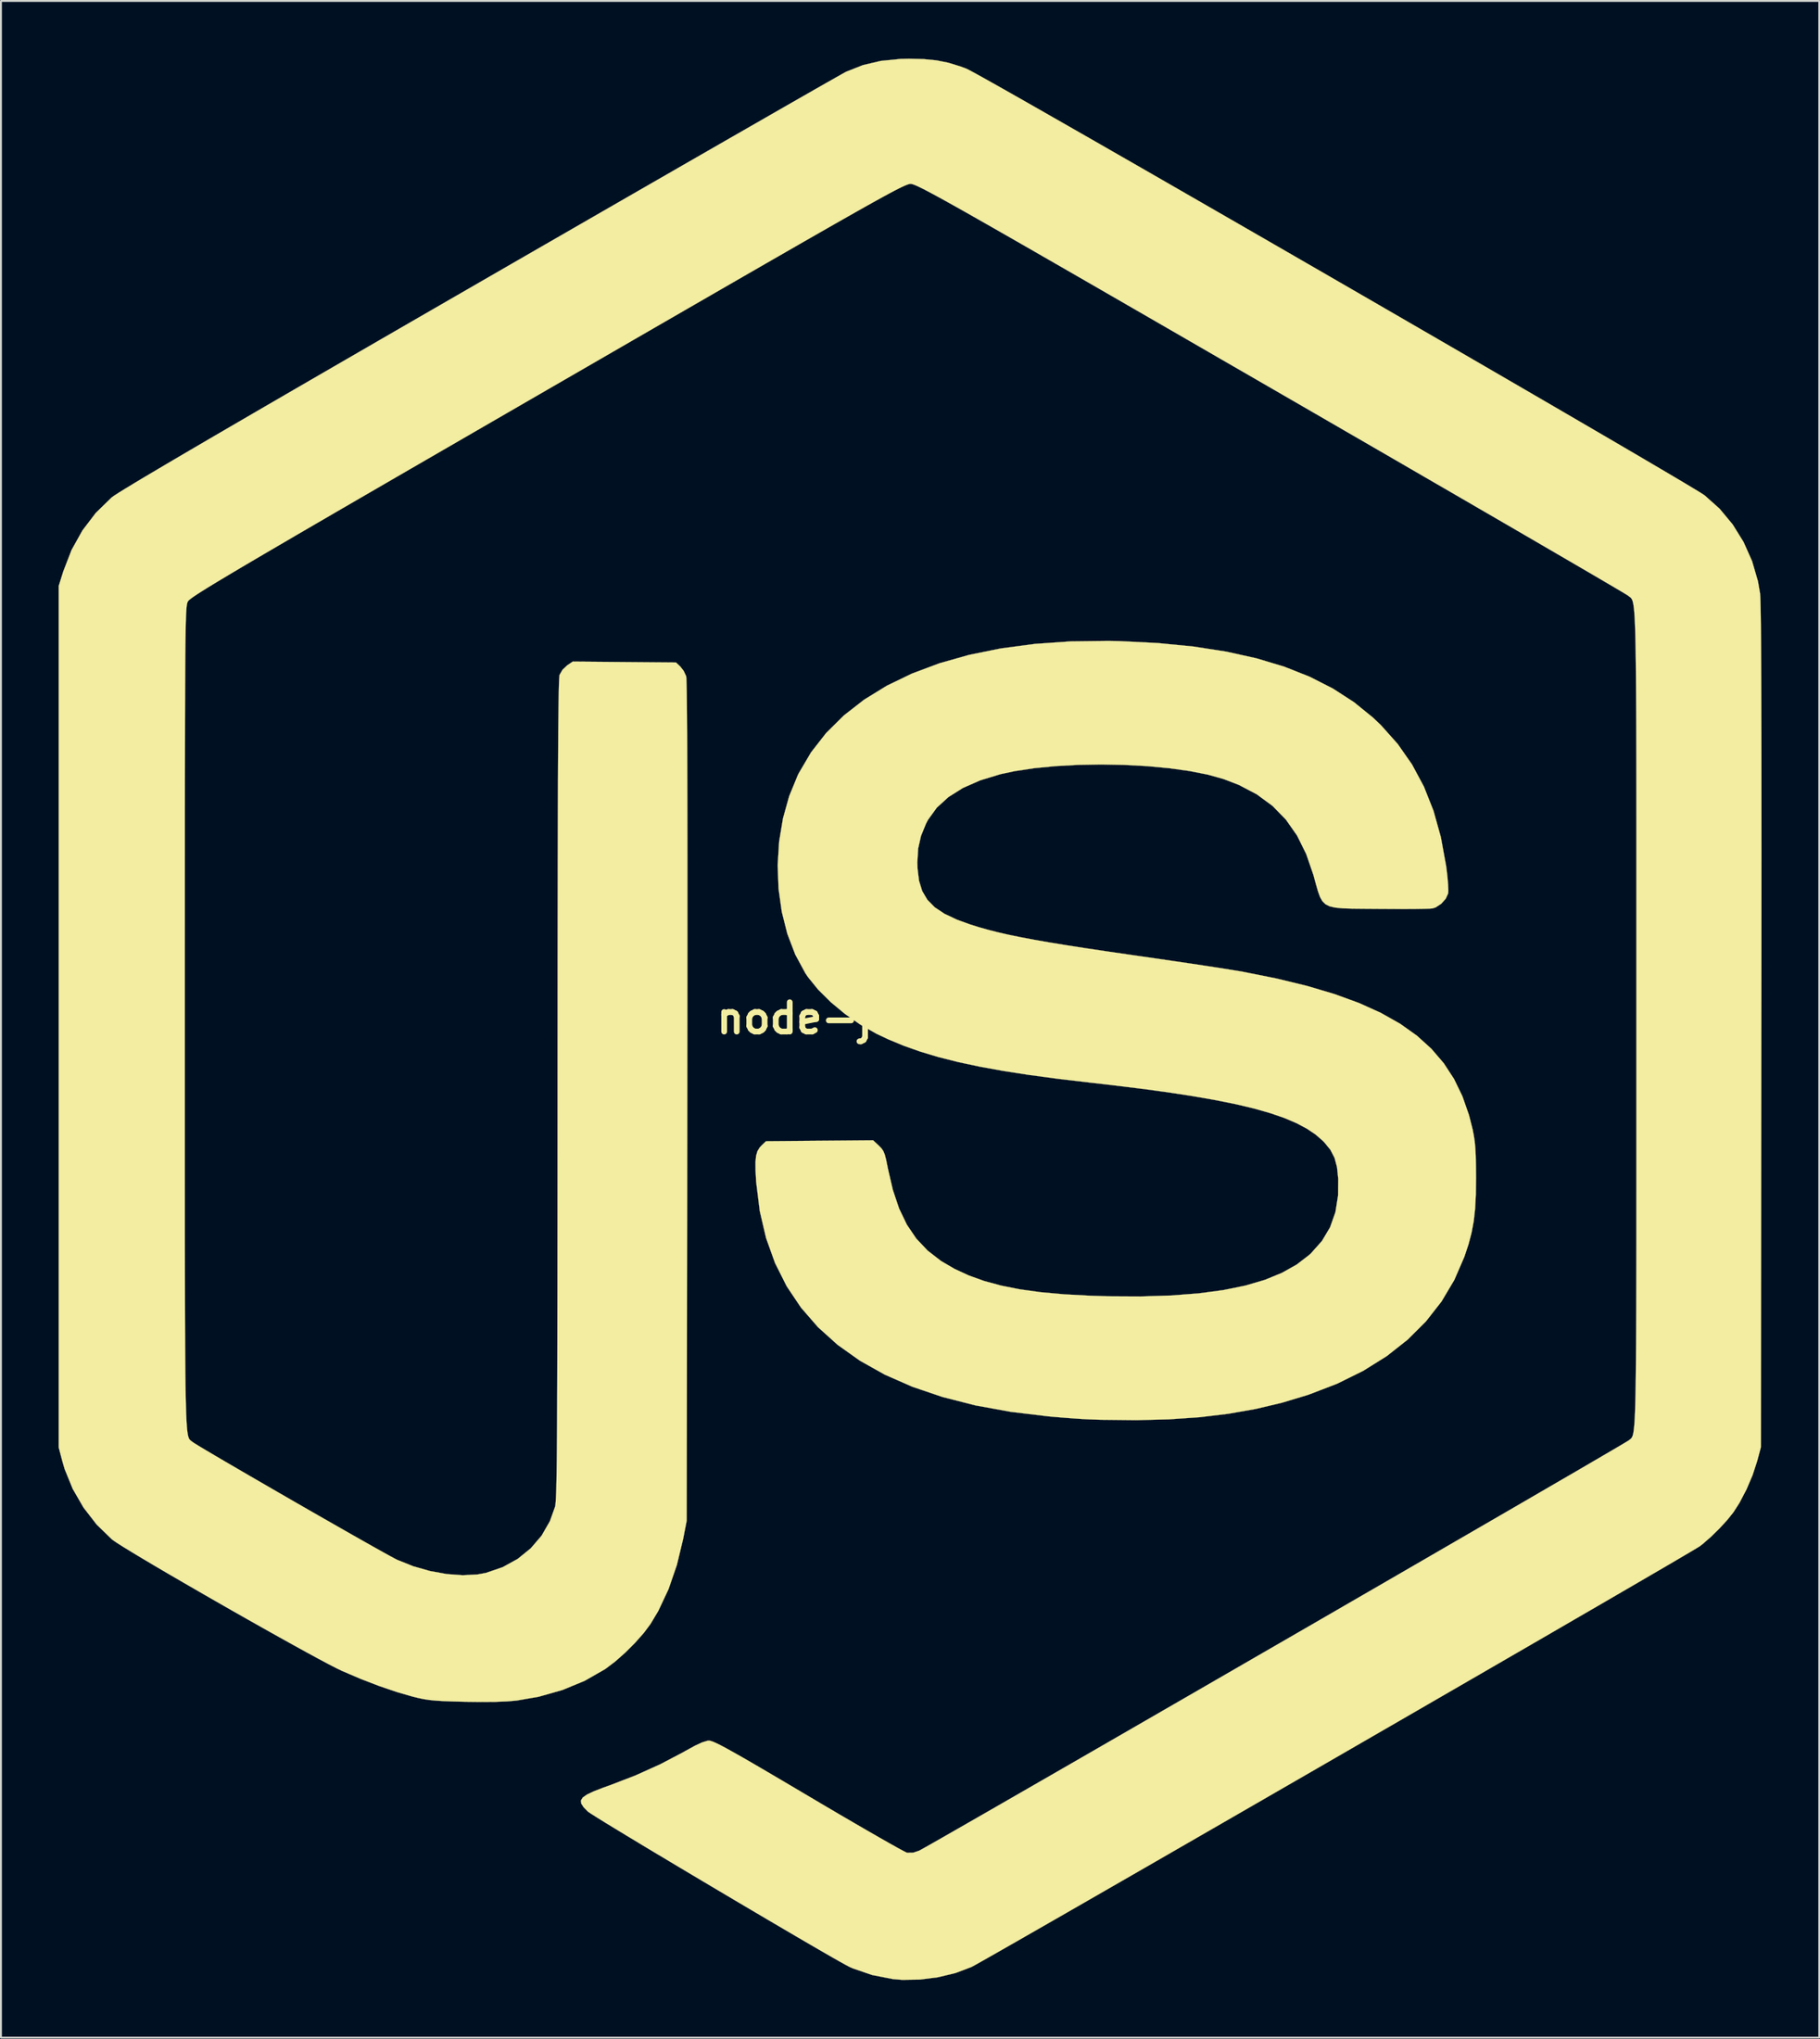
<source format=kicad_pcb>
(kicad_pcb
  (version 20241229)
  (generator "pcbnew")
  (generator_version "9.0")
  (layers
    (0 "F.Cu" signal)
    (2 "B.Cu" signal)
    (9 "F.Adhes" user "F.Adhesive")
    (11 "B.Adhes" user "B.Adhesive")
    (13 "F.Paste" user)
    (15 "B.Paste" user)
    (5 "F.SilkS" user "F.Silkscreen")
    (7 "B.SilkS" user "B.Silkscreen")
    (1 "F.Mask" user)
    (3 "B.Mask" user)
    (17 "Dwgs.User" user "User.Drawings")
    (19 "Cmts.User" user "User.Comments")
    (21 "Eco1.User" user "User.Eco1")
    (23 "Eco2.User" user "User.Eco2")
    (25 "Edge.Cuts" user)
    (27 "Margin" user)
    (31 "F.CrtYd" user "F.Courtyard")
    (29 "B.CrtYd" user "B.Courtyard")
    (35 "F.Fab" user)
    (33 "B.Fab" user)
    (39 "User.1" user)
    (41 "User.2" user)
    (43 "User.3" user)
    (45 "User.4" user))
  (footprint "node-js_10x10_F"
    (layer "F.Cu")
    (at 44.243 49.899)
    (property "Reference" "node-js_10x10_F" (at 0 0 0) (layer "F.SilkS") (effects (font (size 1.524 1.524) (thickness 0.3))))
    (attr through_hole)
    (fp_poly (pts (xy 10.964 -19.611) (xy 12.955 -19.511) (xy 14.801 -19.33) (xy 16.508 -19.066) (xy 18.083 -18.717) (xy 19.529 -18.282) (xy 20.852 -17.758) (xy 22.058 -17.144) (xy 23.151 -16.438) (xy 24.138 -15.638) (xy 24.555 -15.242) (xy 25.427 -14.264) (xy 26.17 -13.202) (xy 26.79 -12.047) (xy 27.289 -10.789) (xy 27.672 -9.419) (xy 27.944 -7.929) (xy 27.974 -7.705) (xy 28.02 -7.293) (xy 28.049 -6.922) (xy 28.06 -6.637) (xy 28.051 -6.494) (xy 27.924 -6.216) (xy 27.689 -5.955) (xy 27.403 -5.767) (xy 27.238 -5.714) (xy 27.086 -5.702) (xy 26.788 -5.693) (xy 26.369 -5.686) (xy 25.852 -5.683) (xy 25.261 -5.684) (xy 24.621 -5.688) (xy 24.454 -5.689) (xy 23.677 -5.695) (xy 23.05 -5.702) (xy 22.555 -5.719) (xy 22.172 -5.757) (xy 21.883 -5.824) (xy 21.668 -5.932) (xy 21.509 -6.089) (xy 21.387 -6.305) (xy 21.284 -6.59) (xy 21.179 -6.954) (xy 21.055 -7.406) (xy 21.043 -7.451) (xy 20.666 -8.544) (xy 20.191 -9.503) (xy 19.609 -10.334) (xy 18.914 -11.045) (xy 18.099 -11.644) (xy 17.157 -12.138) (xy 16.365 -12.442) (xy 15.549 -12.67) (xy 14.597 -12.858) (xy 13.538 -13.005) (xy 12.399 -13.112) (xy 11.209 -13.176) (xy 9.998 -13.199) (xy 8.793 -13.178) (xy 7.624 -13.114) (xy 6.517 -13.006) (xy 5.503 -12.853) (xy 4.761 -12.694) (xy 3.707 -12.374) (xy 2.804 -11.977) (xy 2.052 -11.504) (xy 1.448 -10.954) (xy 0.993 -10.327) (xy 0.889 -10.131) (xy 0.624 -9.482) (xy 0.476 -8.826) (xy 0.434 -8.108) (xy 0.445 -7.779) (xy 0.522 -7.153) (xy 0.687 -6.619) (xy 0.955 -6.164) (xy 1.338 -5.773) (xy 1.852 -5.431) (xy 2.509 -5.123) (xy 3.175 -4.882) (xy 3.629 -4.74) (xy 4.106 -4.605) (xy 4.618 -4.474) (xy 5.181 -4.345) (xy 5.809 -4.216) (xy 6.516 -4.082) (xy 7.315 -3.943) (xy 8.223 -3.795) (xy 9.252 -3.635) (xy 10.416 -3.461) (xy 11.731 -3.271) (xy 12.107 -3.217) (xy 12.971 -3.093) (xy 13.823 -2.968) (xy 14.642 -2.847) (xy 15.405 -2.732) (xy 16.087 -2.628) (xy 16.668 -2.536) (xy 17.123 -2.462) (xy 17.399 -2.414) (xy 19.136 -2.066) (xy 20.713 -1.683) (xy 22.136 -1.261) (xy 23.413 -0.796) (xy 24.549 -0.283) (xy 25.552 0.283) (xy 26.428 0.905) (xy 27.183 1.589) (xy 27.825 2.339) (xy 28.36 3.16) (xy 28.794 4.056) (xy 29.135 5.031) (xy 29.32 5.757) (xy 29.384 6.08) (xy 29.432 6.398) (xy 29.465 6.748) (xy 29.486 7.165) (xy 29.497 7.682) (xy 29.502 8.297) (xy 29.492 9.161) (xy 29.454 9.897) (xy 29.382 10.547) (xy 29.269 11.151) (xy 29.111 11.751) (xy 28.899 12.388) (xy 28.896 12.397) (xy 28.374 13.602) (xy 27.707 14.724) (xy 26.896 15.76) (xy 25.945 16.708) (xy 24.856 17.566) (xy 23.633 18.33) (xy 22.278 18.999) (xy 20.794 19.569) (xy 20.734 19.589) (xy 19.405 19.989) (xy 18.038 20.313) (xy 16.615 20.563) (xy 15.116 20.742) (xy 13.522 20.852) (xy 11.815 20.895) (xy 9.975 20.874) (xy 9.356 20.853) (xy 9.031 20.836) (xy 8.586 20.806) (xy 8.069 20.767) (xy 7.528 20.722) (xy 7.262 20.698) (xy 5.288 20.461) (xy 3.449 20.126) (xy 1.745 19.691) (xy 0.176 19.159) (xy -1.257 18.53) (xy -2.554 17.803) (xy -3.713 16.979) (xy -4.735 16.059) (xy -5.618 15.043) (xy -6.363 13.932) (xy -6.969 12.725) (xy -7.436 11.424) (xy -7.762 10.028) (xy -7.947 8.539) (xy -7.952 8.477) (xy -7.984 7.905) (xy -7.987 7.472) (xy -7.954 7.149) (xy -7.883 6.907) (xy -7.767 6.717) (xy -7.656 6.598) (xy -7.437 6.392) (xy -1.867 6.343) (xy -1.569 6.622) (xy -1.433 6.761) (xy -1.335 6.904) (xy -1.258 7.092) (xy -1.188 7.364) (xy -1.108 7.759) (xy -1.099 7.807) (xy -0.841 8.921) (xy -0.515 9.89) (xy -0.111 10.731) (xy 0.381 11.456) (xy 0.972 12.081) (xy 1.669 12.62) (xy 2.371 13.03) (xy 3.108 13.37) (xy 3.911 13.659) (xy 4.795 13.899) (xy 5.775 14.093) (xy 6.866 14.244) (xy 8.085 14.354) (xy 9.445 14.426) (xy 10.329 14.453) (xy 12.061 14.463) (xy 13.639 14.414) (xy 15.068 14.304) (xy 16.354 14.132) (xy 17.503 13.898) (xy 18.519 13.599) (xy 19.407 13.234) (xy 20.173 12.804) (xy 20.822 12.306) (xy 20.912 12.223) (xy 21.483 11.582) (xy 21.907 10.871) (xy 22.187 10.081) (xy 22.326 9.205) (xy 22.333 8.342) (xy 22.27 7.739) (xy 22.14 7.252) (xy 21.924 6.835) (xy 21.603 6.443) (xy 21.532 6.371) (xy 21.155 6.044) (xy 20.702 5.739) (xy 20.163 5.453) (xy 19.532 5.184) (xy 18.799 4.932) (xy 17.957 4.692) (xy 16.998 4.464) (xy 15.913 4.246) (xy 14.695 4.035) (xy 13.335 3.829) (xy 11.825 3.627) (xy 10.157 3.426) (xy 9.44 3.345) (xy 7.78 3.15) (xy 6.275 2.948) (xy 4.912 2.737) (xy 3.676 2.513) (xy 2.553 2.273) (xy 1.53 2.015) (xy 0.592 1.733) (xy -0.274 1.427) (xy -1.083 1.091) (xy -1.698 0.8) (xy -2.525 0.332) (xy -3.328 -0.225) (xy -4.072 -0.843) (xy -4.727 -1.493) (xy -5.258 -2.148) (xy -5.391 -2.345) (xy -5.919 -3.321) (xy -6.329 -4.394) (xy -6.618 -5.541) (xy -6.786 -6.737) (xy -6.832 -7.96) (xy -6.756 -9.186) (xy -6.556 -10.391) (xy -6.233 -11.551) (xy -5.784 -12.643) (xy -5.735 -12.742) (xy -5.093 -13.832) (xy -4.31 -14.834) (xy -3.39 -15.746) (xy -2.337 -16.566) (xy -1.155 -17.293) (xy 0.152 -17.924) (xy 1.58 -18.459) (xy 3.124 -18.896) (xy 4.78 -19.232) (xy 6.545 -19.467) (xy 8.413 -19.598) (xy 10.381 -19.623) (xy 10.964 -19.611)) (stroke (width 0.01) (type solid)) (fill yes) (layer "F.SilkS"))
    (fp_poly (pts (xy 0.773 -49.875) (xy 1.437 -49.809) (xy 2.052 -49.685) (xy 2.673 -49.494) (xy 2.987 -49.378) (xy 3.121 -49.311) (xy 3.394 -49.165) (xy 3.798 -48.941) (xy 4.326 -48.646) (xy 4.969 -48.284) (xy 5.721 -47.858) (xy 6.573 -47.373) (xy 7.518 -46.834) (xy 8.549 -46.245) (xy 9.658 -45.611) (xy 10.836 -44.935) (xy 12.078 -44.223) (xy 13.374 -43.478) (xy 14.718 -42.705) (xy 16.101 -41.909) (xy 17.516 -41.094) (xy 18.956 -40.264) (xy 20.413 -39.423) (xy 21.879 -38.577) (xy 23.347 -37.729) (xy 24.808 -36.884) (xy 26.256 -36.046) (xy 27.683 -35.22) (xy 29.081 -34.41) (xy 30.442 -33.62) (xy 31.76 -32.855) (xy 33.025 -32.12) (xy 34.232 -31.418) (xy 35.371 -30.754) (xy 36.436 -30.133) (xy 37.419 -29.558) (xy 38.312 -29.035) (xy 39.107 -28.567) (xy 39.798 -28.16) (xy 40.376 -27.817) (xy 40.833 -27.542) (xy 41.163 -27.342) (xy 41.357 -27.218) (xy 41.396 -27.191) (xy 42.174 -26.497) (xy 42.854 -25.68) (xy 43.422 -24.764) (xy 43.864 -23.772) (xy 44.169 -22.728) (xy 44.278 -22.098) (xy 44.289 -21.956) (xy 44.299 -21.699) (xy 44.308 -21.325) (xy 44.316 -20.829) (xy 44.323 -20.209) (xy 44.33 -19.462) (xy 44.335 -18.584) (xy 44.34 -17.571) (xy 44.344 -16.422) (xy 44.347 -15.132) (xy 44.35 -13.698) (xy 44.351 -12.118) (xy 44.352 -10.387) (xy 44.353 -8.503) (xy 44.352 -6.462) (xy 44.351 -4.262) (xy 44.349 -1.898) (xy 44.346 0.466) (xy 44.32 22.31) (xy 44.13 23.02) (xy 43.893 23.747) (xy 43.575 24.494) (xy 43.209 25.193) (xy 42.895 25.683) (xy 42.576 26.082) (xy 42.169 26.525) (xy 41.726 26.959) (xy 41.299 27.331) (xy 41.148 27.448) (xy 41.04 27.516) (xy 40.793 27.664) (xy 40.414 27.888) (xy 39.912 28.183) (xy 39.293 28.545) (xy 38.565 28.969) (xy 37.736 29.452) (xy 36.813 29.988) (xy 35.805 30.574) (xy 34.717 31.204) (xy 33.56 31.876) (xy 32.339 32.583) (xy 31.062 33.322) (xy 29.737 34.089) (xy 28.372 34.878) (xy 26.974 35.686) (xy 25.551 36.509) (xy 24.11 37.341) (xy 22.659 38.179) (xy 21.206 39.018) (xy 19.758 39.853) (xy 18.323 40.681) (xy 16.908 41.497) (xy 15.52 42.297) (xy 14.169 43.075) (xy 12.861 43.829) (xy 11.603 44.553) (xy 10.404 45.242) (xy 9.27 45.894) (xy 8.211 46.503) (xy 7.232 47.064) (xy 6.342 47.574) (xy 5.549 48.028) (xy 4.859 48.422) (xy 4.281 48.751) (xy 3.822 49.011) (xy 3.49 49.198) (xy 3.292 49.306) (xy 3.244 49.331) (xy 2.425 49.641) (xy 1.514 49.861) (xy 0.567 49.983) (xy -0.357 49.998) (xy -0.847 49.956) (xy -1.921 49.745) (xy -2.92 49.402) (xy -3.09 49.326) (xy -3.265 49.235) (xy -3.566 49.068) (xy -3.983 48.832) (xy -4.501 48.534) (xy -5.109 48.182) (xy -5.793 47.783) (xy -6.54 47.345) (xy -7.339 46.876) (xy -8.175 46.383) (xy -9.037 45.874) (xy -9.911 45.356) (xy -10.784 44.838) (xy -11.644 44.326) (xy -12.478 43.828) (xy -13.274 43.352) (xy -14.018 42.905) (xy -14.697 42.495) (xy -15.299 42.13) (xy -15.812 41.817) (xy -16.221 41.563) (xy -16.515 41.377) (xy -16.681 41.266) (xy -16.708 41.245) (xy -16.926 41.023) (xy -17.05 40.835) (xy -17.069 40.671) (xy -16.974 40.517) (xy -16.753 40.362) (xy -16.395 40.193) (xy -15.892 39.998) (xy -15.527 39.868) (xy -14.219 39.364) (xy -12.936 38.785) (xy -11.746 38.161) (xy -11.642 38.101) (xy -11.144 37.828) (xy -10.766 37.652) (xy -10.496 37.569) (xy -10.41 37.559) (xy -10.327 37.571) (xy -10.205 37.611) (xy -10.031 37.687) (xy -9.797 37.802) (xy -9.493 37.964) (xy -9.108 38.178) (xy -8.631 38.448) (xy -8.054 38.782) (xy -7.366 39.184) (xy -6.557 39.66) (xy -5.616 40.216) (xy -5.233 40.443) (xy -4.397 40.937) (xy -3.599 41.406) (xy -2.851 41.842) (xy -2.166 42.239) (xy -1.557 42.589) (xy -1.037 42.885) (xy -0.617 43.12) (xy -0.312 43.286) (xy -0.134 43.375) (xy -0.098 43.389) (xy 0.225 43.384) (xy 0.525 43.283) (xy 0.634 43.225) (xy 0.881 43.087) (xy 1.259 42.873) (xy 1.759 42.588) (xy 2.374 42.236) (xy 3.097 41.822) (xy 3.92 41.35) (xy 4.835 40.824) (xy 5.835 40.249) (xy 6.912 39.629) (xy 8.059 38.969) (xy 9.267 38.273) (xy 10.529 37.545) (xy 11.838 36.79) (xy 13.186 36.012) (xy 14.566 35.216) (xy 15.969 34.406) (xy 17.388 33.586) (xy 18.816 32.761) (xy 20.245 31.936) (xy 21.667 31.114) (xy 23.075 30.299) (xy 24.461 29.498) (xy 25.817 28.713) (xy 27.136 27.949) (xy 28.41 27.211) (xy 29.632 26.503) (xy 30.794 25.83) (xy 31.889 25.195) (xy 32.908 24.603) (xy 33.844 24.059) (xy 34.69 23.568) (xy 35.438 23.132) (xy 36.08 22.757) (xy 36.608 22.448) (xy 37.016 22.208) (xy 37.295 22.042) (xy 37.438 21.955) (xy 37.456 21.943) (xy 37.496 21.91) (xy 37.534 21.881) (xy 37.569 21.849) (xy 37.602 21.81) (xy 37.631 21.756) (xy 37.659 21.682) (xy 37.684 21.58) (xy 37.706 21.446) (xy 37.726 21.272) (xy 37.745 21.054) (xy 37.761 20.783) (xy 37.776 20.455) (xy 37.788 20.063) (xy 37.799 19.6) (xy 37.809 19.062) (xy 37.817 18.441) (xy 37.824 17.731) (xy 37.83 16.926) (xy 37.834 16.02) (xy 37.838 15.006) (xy 37.841 13.88) (xy 37.843 12.633) (xy 37.845 11.261) (xy 37.845 9.756) (xy 37.846 8.113) (xy 37.846 6.326) (xy 37.846 4.388) (xy 37.846 2.294) (xy 37.846 0.036) (xy 37.846 0) (xy 37.846 -2.261) (xy 37.846 -4.36) (xy 37.846 -6.301) (xy 37.846 -8.091) (xy 37.846 -9.737) (xy 37.845 -11.245) (xy 37.844 -12.62) (xy 37.842 -13.87) (xy 37.839 -14.999) (xy 37.835 -16.015) (xy 37.83 -16.924) (xy 37.824 -17.731) (xy 37.817 -18.444) (xy 37.808 -19.067) (xy 37.798 -19.608) (xy 37.787 -20.072) (xy 37.773 -20.466) (xy 37.758 -20.796) (xy 37.74 -21.068) (xy 37.721 -21.288) (xy 37.699 -21.463) (xy 37.675 -21.598) (xy 37.648 -21.701) (xy 37.618 -21.776) (xy 37.586 -21.831) (xy 37.551 -21.871) (xy 37.514 -21.902) (xy 37.472 -21.932) (xy 37.428 -21.965) (xy 37.412 -21.979) (xy 37.322 -22.036) (xy 37.091 -22.175) (xy 36.726 -22.391) (xy 36.234 -22.68) (xy 35.62 -23.04) (xy 34.89 -23.466) (xy 34.052 -23.954) (xy 33.111 -24.502) (xy 32.074 -25.105) (xy 30.947 -25.76) (xy 29.736 -26.462) (xy 28.448 -27.21) (xy 27.088 -27.997) (xy 25.664 -28.823) (xy 24.181 -29.681) (xy 22.646 -30.569) (xy 21.065 -31.484) (xy 19.444 -32.42) (xy 18.838 -32.771) (xy 16.891 -33.895) (xy 15.085 -34.938) (xy 13.415 -35.903) (xy 11.876 -36.791) (xy 10.461 -37.607) (xy 9.166 -38.354) (xy 7.984 -39.034) (xy 6.912 -39.65) (xy 5.943 -40.207) (xy 5.072 -40.705) (xy 4.294 -41.15) (xy 3.602 -41.543) (xy 2.993 -41.889) (xy 2.459 -42.189) (xy 1.997 -42.447) (xy 1.6 -42.666) (xy 1.264 -42.849) (xy 0.982 -42.999) (xy 0.75 -43.12) (xy 0.561 -43.213) (xy 0.411 -43.283) (xy 0.294 -43.333) (xy 0.205 -43.365) (xy 0.139 -43.382) (xy 0.089 -43.388) (xy 0.085 -43.388) (xy 0.037 -43.384) (xy -0.025 -43.37) (xy -0.107 -43.342) (xy -0.215 -43.298) (xy -0.354 -43.235) (xy -0.53 -43.149) (xy -0.747 -43.038) (xy -1.011 -42.898) (xy -1.328 -42.726) (xy -1.703 -42.52) (xy -2.142 -42.276) (xy -2.649 -41.991) (xy -3.23 -41.662) (xy -3.89 -41.287) (xy -4.636 -40.861) (xy -5.472 -40.383) (xy -6.403 -39.848) (xy -7.436 -39.255) (xy -8.575 -38.599) (xy -9.826 -37.878) (xy -11.194 -37.089) (xy -12.684 -36.229) (xy -14.303 -35.294) (xy -16.055 -34.282) (xy -17.946 -33.189) (xy -18.829 -32.679) (xy -20.794 -31.543) (xy -22.618 -30.488) (xy -24.305 -29.512) (xy -25.862 -28.612) (xy -27.292 -27.783) (xy -28.602 -27.024) (xy -29.797 -26.331) (xy -30.881 -25.701) (xy -31.861 -25.131) (xy -32.74 -24.617) (xy -33.526 -24.158) (xy -34.222 -23.749) (xy -34.834 -23.388) (xy -35.367 -23.071) (xy -35.827 -22.796) (xy -36.218 -22.56) (xy -36.547 -22.358) (xy -36.817 -22.189) (xy -37.035 -22.049) (xy -37.205 -21.936) (xy -37.333 -21.845) (xy -37.424 -21.774) (xy -37.483 -21.72) (xy -37.516 -21.68) (xy -37.519 -21.674) (xy -37.536 -21.639) (xy -37.551 -21.595) (xy -37.565 -21.534) (xy -37.579 -21.45) (xy -37.591 -21.338) (xy -37.601 -21.192) (xy -37.612 -21.004) (xy -37.621 -20.769) (xy -37.629 -20.48) (xy -37.636 -20.132) (xy -37.643 -19.718) (xy -37.649 -19.231) (xy -37.654 -18.667) (xy -37.658 -18.017) (xy -37.662 -17.277) (xy -37.665 -16.44) (xy -37.668 -15.499) (xy -37.67 -14.449) (xy -37.672 -13.283) (xy -37.674 -11.995) (xy -37.675 -10.578) (xy -37.675 -9.028) (xy -37.676 -7.336) (xy -37.676 -5.498) (xy -37.677 -3.507) (xy -37.677 -1.356) (xy -37.677 0.024) (xy -37.677 2.288) (xy -37.677 4.389) (xy -37.677 6.333) (xy -37.677 8.126) (xy -37.676 9.775) (xy -37.676 11.285) (xy -37.674 12.663) (xy -37.672 13.914) (xy -37.67 15.046) (xy -37.666 16.064) (xy -37.662 16.975) (xy -37.656 17.784) (xy -37.65 18.498) (xy -37.642 19.123) (xy -37.632 19.665) (xy -37.621 20.13) (xy -37.609 20.525) (xy -37.595 20.856) (xy -37.579 21.128) (xy -37.561 21.349) (xy -37.541 21.524) (xy -37.519 21.659) (xy -37.494 21.761) (xy -37.468 21.835) (xy -37.438 21.889) (xy -37.406 21.927) (xy -37.372 21.957) (xy -37.334 21.985) (xy -37.294 22.016) (xy -37.283 22.025) (xy -37.175 22.098) (xy -36.934 22.247) (xy -36.575 22.462) (xy -36.112 22.735) (xy -35.561 23.059) (xy -34.936 23.423) (xy -34.251 23.821) (xy -33.521 24.244) (xy -32.761 24.683) (xy -31.986 25.13) (xy -31.21 25.576) (xy -30.447 26.013) (xy -29.712 26.432) (xy -29.021 26.826) (xy -28.387 27.185) (xy -27.825 27.502) (xy -27.351 27.767) (xy -26.977 27.973) (xy -26.72 28.111) (xy -26.619 28.162) (xy -25.788 28.494) (xy -24.92 28.741) (xy -24.052 28.898) (xy -23.218 28.959) (xy -22.455 28.92) (xy -22.013 28.839) (xy -21.139 28.539) (xy -20.356 28.108) (xy -19.678 27.558) (xy -19.115 26.901) (xy -18.683 26.149) (xy -18.413 25.396) (xy -18.4 25.329) (xy -18.388 25.227) (xy -18.376 25.084) (xy -18.366 24.894) (xy -18.356 24.65) (xy -18.347 24.348) (xy -18.339 23.98) (xy -18.332 23.54) (xy -18.325 23.024) (xy -18.319 22.424) (xy -18.314 21.734) (xy -18.309 20.95) (xy -18.305 20.063) (xy -18.301 19.07) (xy -18.298 17.963) (xy -18.295 16.736) (xy -18.293 15.384) (xy -18.29 13.9) (xy -18.289 12.278) (xy -18.287 10.513) (xy -18.286 8.598) (xy -18.285 6.528) (xy -18.284 4.296) (xy -18.284 3.683) (xy -18.283 1.316) (xy -18.282 -0.886) (xy -18.281 -2.929) (xy -18.279 -4.816) (xy -18.276 -6.554) (xy -18.274 -8.146) (xy -18.27 -9.597) (xy -18.267 -10.913) (xy -18.263 -12.098) (xy -18.258 -13.157) (xy -18.252 -14.095) (xy -18.247 -14.916) (xy -18.24 -15.625) (xy -18.233 -16.227) (xy -18.225 -16.728) (xy -18.217 -17.131) (xy -18.208 -17.441) (xy -18.198 -17.664) (xy -18.187 -17.804) (xy -18.177 -17.862) (xy -18.024 -18.126) (xy -17.788 -18.349) (xy -17.784 -18.352) (xy -17.491 -18.549) (xy -14.806 -18.524) (xy -12.121 -18.5) (xy -11.901 -18.293) (xy -11.722 -18.063) (xy -11.596 -17.792) (xy -11.593 -17.785) (xy -11.583 -17.674) (xy -11.574 -17.415) (xy -11.565 -17.005) (xy -11.558 -16.445) (xy -11.551 -15.732) (xy -11.545 -14.865) (xy -11.54 -13.843) (xy -11.536 -12.664) (xy -11.532 -11.327) (xy -11.53 -9.832) (xy -11.528 -8.175) (xy -11.528 -6.357) (xy -11.528 -4.376) (xy -11.529 -2.23) (xy -11.531 0.081) (xy -11.534 2.56) (xy -11.536 4.318) (xy -11.566 26.12) (xy -11.748 27.06) (xy -12.076 28.423) (xy -12.509 29.678) (xy -13.042 30.813) (xy -13.451 31.496) (xy -13.801 31.964) (xy -14.254 32.475) (xy -14.764 32.984) (xy -15.288 33.447) (xy -15.782 33.821) (xy -15.816 33.844) (xy -16.866 34.445) (xy -18.023 34.924) (xy -19.269 35.277) (xy -20.418 35.476) (xy -20.904 35.518) (xy -21.539 35.543) (xy -22.305 35.548) (xy -23.085 35.538) (xy -23.725 35.522) (xy -24.228 35.503) (xy -24.629 35.478) (xy -24.959 35.445) (xy -25.253 35.4) (xy -25.544 35.339) (xy -25.793 35.278) (xy -26.634 35.036) (xy -27.566 34.719) (xy -28.538 34.345) (xy -29.499 33.933) (xy -29.506 33.93) (xy -29.8 33.788) (xy -30.215 33.574) (xy -30.735 33.297) (xy -31.346 32.965) (xy -32.033 32.586) (xy -32.782 32.17) (xy -33.578 31.724) (xy -34.406 31.257) (xy -35.252 30.777) (xy -36.101 30.292) (xy -36.937 29.811) (xy -37.747 29.343) (xy -38.516 28.896) (xy -39.229 28.478) (xy -39.871 28.097) (xy -40.428 27.762) (xy -40.885 27.482) (xy -41.227 27.264) (xy -41.439 27.118) (xy -41.473 27.091) (xy -42.263 26.324) (xy -42.947 25.441) (xy -43.508 24.471) (xy -43.928 23.443) (xy -44.049 23.029) (xy -44.238 22.31) (xy -44.238 -22.479) (xy -44.001 -23.236) (xy -43.569 -24.352) (xy -43.003 -25.368) (xy -42.309 -26.278) (xy -41.49 -27.076) (xy -41.472 -27.091) (xy -41.347 -27.18) (xy -41.109 -27.334) (xy -40.755 -27.553) (xy -40.283 -27.839) (xy -39.691 -28.193) (xy -38.977 -28.616) (xy -38.139 -29.11) (xy -37.175 -29.675) (xy -36.083 -30.313) (xy -34.86 -31.025) (xy -33.505 -31.813) (xy -32.016 -32.677) (xy -30.39 -33.619) (xy -28.625 -34.64) (xy -26.72 -35.741) (xy -24.672 -36.924) (xy -22.479 -38.189) (xy -22.34 -38.269) (xy -20.693 -39.219) (xy -19.081 -40.148) (xy -17.511 -41.052) (xy -15.989 -41.929) (xy -14.521 -42.774) (xy -13.114 -43.583) (xy -11.774 -44.354) (xy -10.508 -45.081) (xy -9.322 -45.763) (xy -8.221 -46.394) (xy -7.214 -46.972) (xy -6.306 -47.493) (xy -5.503 -47.952) (xy -4.812 -48.347) (xy -4.239 -48.673) (xy -3.791 -48.927) (xy -3.474 -49.106) (xy -3.295 -49.205) (xy -3.261 -49.222) (xy -2.398 -49.562) (xy -1.469 -49.781) (xy -0.449 -49.884) (xy 0 -49.894) (xy 0.773 -49.875)) (stroke (width 0.01) (type solid)) (fill yes) (layer "F.SilkS")))
  (gr_rect
    (start -3 -3)
    (end 91.601 102.902)
    (stroke (width 0.1) (type default))
    (fill no)
    (layer "Edge.Cuts")))
</source>
